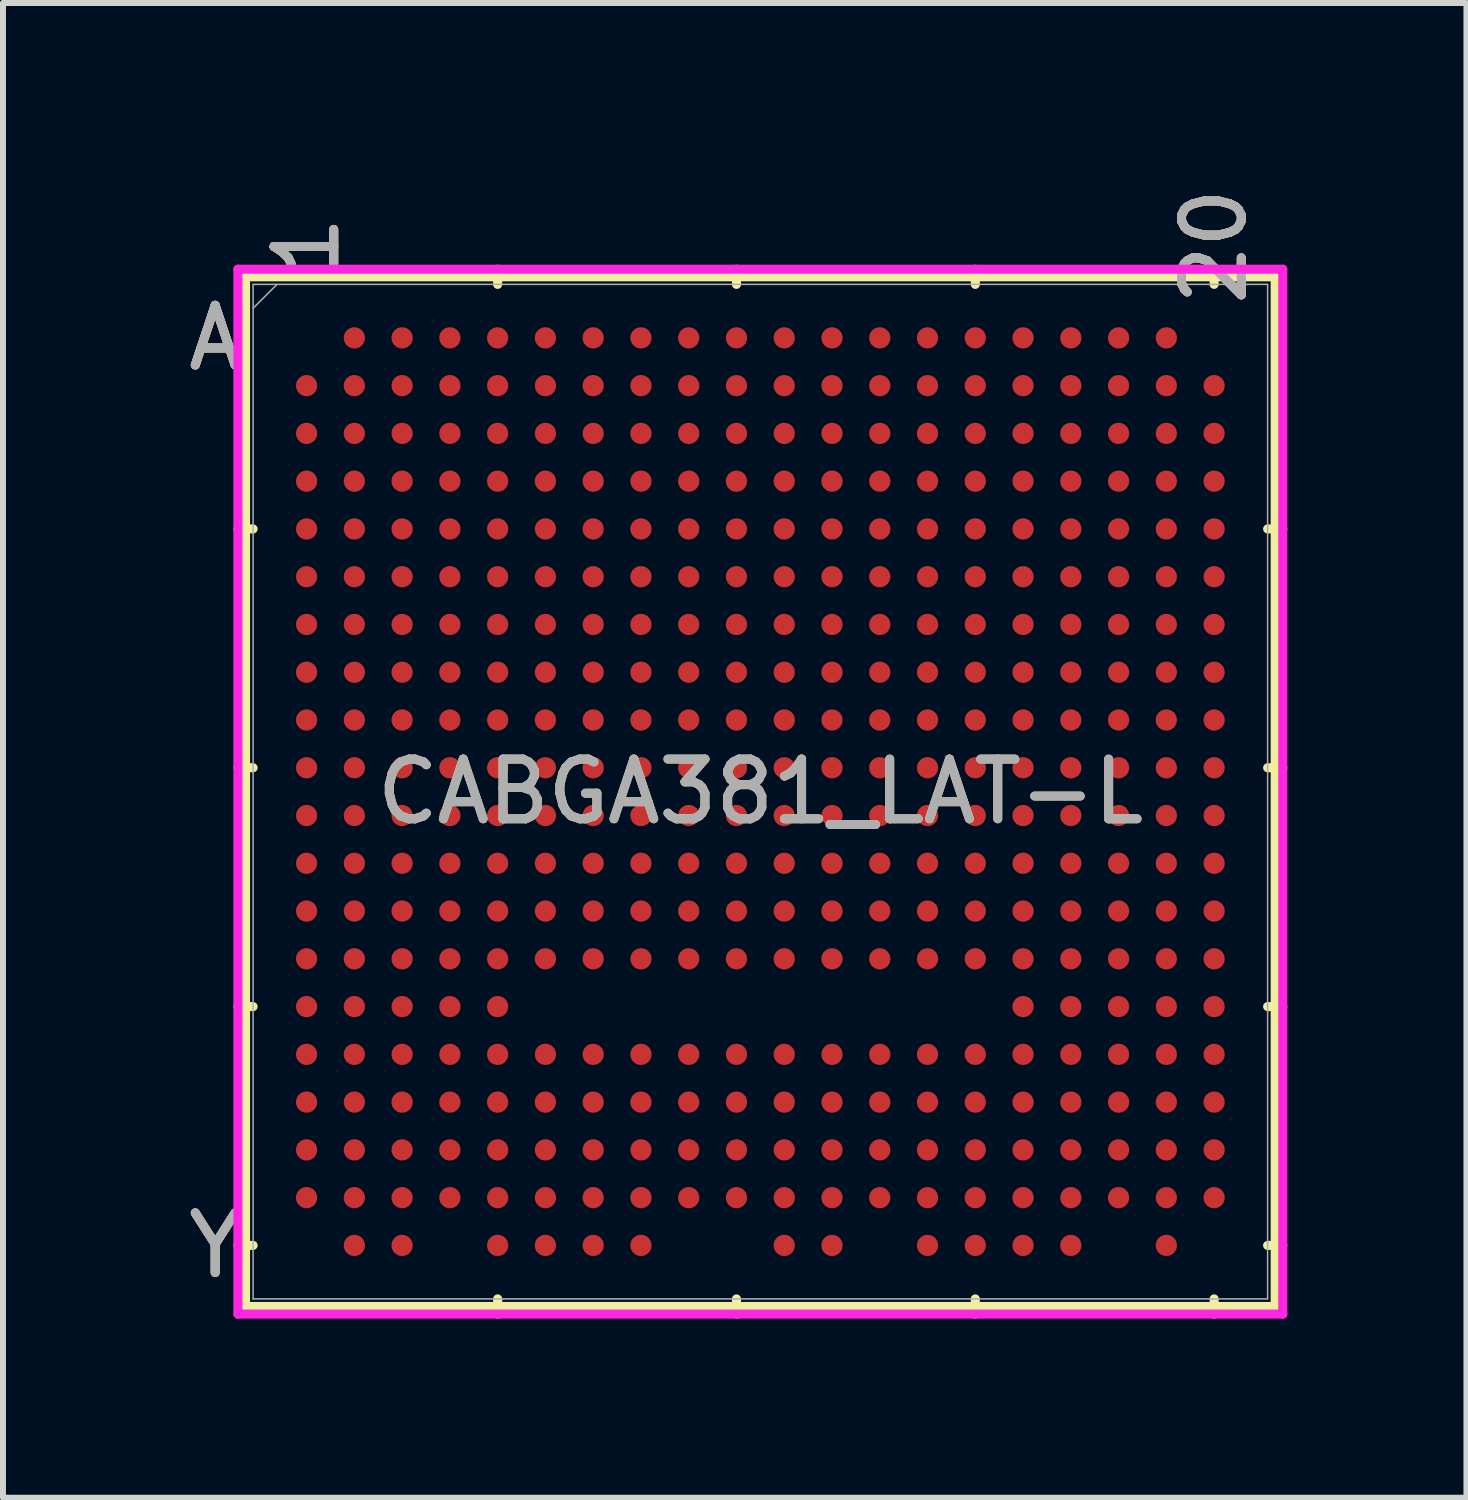
<source format=kicad_pcb>
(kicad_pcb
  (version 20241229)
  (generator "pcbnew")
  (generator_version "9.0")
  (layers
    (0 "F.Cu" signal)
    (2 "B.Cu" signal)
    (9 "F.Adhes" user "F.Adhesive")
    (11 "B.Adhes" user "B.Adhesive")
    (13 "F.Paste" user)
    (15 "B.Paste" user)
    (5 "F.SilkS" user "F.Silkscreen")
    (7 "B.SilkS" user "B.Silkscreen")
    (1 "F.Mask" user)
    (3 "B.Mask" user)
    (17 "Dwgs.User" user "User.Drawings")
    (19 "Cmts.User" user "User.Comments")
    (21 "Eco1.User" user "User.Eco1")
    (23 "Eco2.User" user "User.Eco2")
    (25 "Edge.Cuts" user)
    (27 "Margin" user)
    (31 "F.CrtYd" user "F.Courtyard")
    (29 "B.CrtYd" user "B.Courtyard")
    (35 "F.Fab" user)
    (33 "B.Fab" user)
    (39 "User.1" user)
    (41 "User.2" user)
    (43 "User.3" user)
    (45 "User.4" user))
  (footprint "CABGA381_LAT-L"
    (layer "F.Cu")
    (at 9.685 10.209)
    (property "Reference" "CABGA381_LAT-L" (at 0 0 0) (unlocked yes) (layer "F.SilkS") (effects (font (size 1 1) (thickness 0.15))))
    (attr smd)
    (fp_line (start -8.623 -8.623) (end -8.623 8.623) (stroke (width 0.152) (type solid)) (layer "F.SilkS"))
    (fp_line (start -8.623 8.623) (end 8.623 8.623) (stroke (width 0.152) (type solid)) (layer "F.SilkS"))
    (fp_line (start -8.496 -4.4) (end -8.75 -4.4) (stroke (width 0.152) (type solid)) (layer "F.SilkS"))
    (fp_line (start -8.496 -0.4) (end -8.75 -0.4) (stroke (width 0.152) (type solid)) (layer "F.SilkS"))
    (fp_line (start -8.496 3.6) (end -8.75 3.6) (stroke (width 0.152) (type solid)) (layer "F.SilkS"))
    (fp_line (start -8.496 7.6) (end -8.75 7.6) (stroke (width 0.152) (type solid)) (layer "F.SilkS"))
    (fp_line (start -4.4 -8.496) (end -4.4 -8.75) (stroke (width 0.152) (type solid)) (layer "F.SilkS"))
    (fp_line (start -4.4 8.496) (end -4.4 8.75) (stroke (width 0.152) (type solid)) (layer "F.SilkS"))
    (fp_line (start -0.4 -8.496) (end -0.4 -8.75) (stroke (width 0.152) (type solid)) (layer "F.SilkS"))
    (fp_line (start -0.4 8.496) (end -0.4 8.75) (stroke (width 0.152) (type solid)) (layer "F.SilkS"))
    (fp_line (start 3.6 -8.496) (end 3.6 -8.75) (stroke (width 0.152) (type solid)) (layer "F.SilkS"))
    (fp_line (start 3.6 8.496) (end 3.6 8.75) (stroke (width 0.152) (type solid)) (layer "F.SilkS"))
    (fp_line (start 7.6 -8.496) (end 7.6 -8.75) (stroke (width 0.152) (type solid)) (layer "F.SilkS"))
    (fp_line (start 7.6 8.496) (end 7.6 8.75) (stroke (width 0.152) (type solid)) (layer "F.SilkS"))
    (fp_line (start 8.496 -4.4) (end 8.75 -4.4) (stroke (width 0.152) (type solid)) (layer "F.SilkS"))
    (fp_line (start 8.496 -0.4) (end 8.75 -0.4) (stroke (width 0.152) (type solid)) (layer "F.SilkS"))
    (fp_line (start 8.496 3.6) (end 8.75 3.6) (stroke (width 0.152) (type solid)) (layer "F.SilkS"))
    (fp_line (start 8.496 7.6) (end 8.75 7.6) (stroke (width 0.152) (type solid)) (layer "F.SilkS"))
    (fp_line (start 8.623 -8.623) (end -8.623 -8.623) (stroke (width 0.152) (type solid)) (layer "F.SilkS"))
    (fp_line (start 8.623 8.623) (end 8.623 -8.623) (stroke (width 0.152) (type solid)) (layer "F.SilkS"))
    (fp_poly (pts (xy -8.444 -8.444) (xy 8.444 -8.444) (xy 8.444 8.444) (xy -8.444 8.444)) (stroke (width 0.1) (type solid)) (fill no) (layer "Eco2.User"))
    (fp_line (start -8.75 -8.75) (end 8.75 -8.75) (stroke (width 0.152) (type solid)) (layer "F.CrtYd"))
    (fp_line (start -8.75 8.75) (end -8.75 -8.75) (stroke (width 0.152) (type solid)) (layer "F.CrtYd"))
    (fp_line (start 8.75 -8.75) (end 8.75 8.75) (stroke (width 0.152) (type solid)) (layer "F.CrtYd"))
    (fp_line (start 8.75 8.75) (end -8.75 8.75) (stroke (width 0.152) (type solid)) (layer "F.CrtYd"))
    (fp_line (start -8.496 -8.496) (end -8.496 8.496) (stroke (width 0.025) (type solid)) (layer "F.Fab"))
    (fp_line (start -8.496 8.496) (end 8.496 8.496) (stroke (width 0.025) (type solid)) (layer "F.Fab"))
    (fp_line (start -8.096 -8.496) (end -8.496 -8.096) (stroke (width 0.025) (type solid)) (layer "F.Fab"))
    (fp_line (start 8.496 -8.496) (end -8.496 -8.496) (stroke (width 0.025) (type solid)) (layer "F.Fab"))
    (fp_line (start 8.496 8.496) (end 8.496 -8.496) (stroke (width 0.025) (type solid)) (layer "F.Fab"))
    (fp_text user "A" (at -9.131 -7.6 0) (unlocked yes) (layer "F.SilkS") (effects (font (size 1 1) (thickness 0.15))))
    (fp_text user "20" (at 7.6 -9.131 90) (unlocked yes) (layer "F.SilkS") (effects (font (size 1 1) (thickness 0.15))))
    (fp_text user "1" (at -7.6 -9.131 90) (unlocked yes) (layer "F.SilkS") (effects (font (size 1 1) (thickness 0.15))))
    (fp_text user "Y" (at -9.131 7.6 0) (unlocked yes) (layer "F.SilkS") (effects (font (size 1 1) (thickness 0.15))))
    (fp_text user "A" (at -9.131 -7.6 0) (unlocked yes) (layer "B.SilkS") (effects (font (size 1 1) (thickness 0.15))))
    (fp_text user "20" (at 7.6 -9.131 90) (unlocked yes) (layer "B.SilkS") (effects (font (size 1 1) (thickness 0.15))))
    (fp_text user "1" (at -7.6 -9.131 90) (unlocked yes) (layer "B.SilkS") (effects (font (size 1 1) (thickness 0.15))))
    (fp_text user "Y" (at -9.131 7.6 0) (unlocked yes) (layer "B.SilkS") (effects (font (size 1 1) (thickness 0.15))))
    (fp_text user "20" (at 7.6 -9.131 90) (unlocked yes) (layer "F.Fab") (effects (font (size 1 1) (thickness 0.15))))
    (fp_text user "A" (at -9.131 -7.6 0) (unlocked yes) (layer "F.Fab") (effects (font (size 1 1) (thickness 0.15))))
    (fp_text user "${REFERENCE}" (at 0 0 0) (unlocked yes) (layer "F.Fab") (effects (font (size 1 1) (thickness 0.15))))
    (fp_text user "1" (at -7.6 -9.131 90) (unlocked yes) (layer "F.Fab") (effects (font (size 1 1) (thickness 0.15))))
    (fp_text user "Y" (at -9.131 7.6 0) (unlocked yes) (layer "F.Fab") (effects (font (size 1 1) (thickness 0.15))))
    (pad "A2" smd circle (at -6.8 -7.6) (size 0.356 0.356) (layers "F.Cu" "F.Mask" "F.Paste"))
    (pad "A3" smd circle (at -6 -7.6) (size 0.356 0.356) (layers "F.Cu" "F.Mask" "F.Paste"))
    (pad "A4" smd circle (at -5.2 -7.6) (size 0.356 0.356) (layers "F.Cu" "F.Mask" "F.Paste"))
    (pad "A5" smd circle (at -4.4 -7.6) (size 0.356 0.356) (layers "F.Cu" "F.Mask" "F.Paste"))
    (pad "A6" smd circle (at -3.6 -7.6) (size 0.356 0.356) (layers "F.Cu" "F.Mask" "F.Paste"))
    (pad "A7" smd circle (at -2.8 -7.6) (size 0.356 0.356) (layers "F.Cu" "F.Mask" "F.Paste"))
    (pad "A8" smd circle (at -2 -7.6) (size 0.356 0.356) (layers "F.Cu" "F.Mask" "F.Paste"))
    (pad "A9" smd circle (at -1.2 -7.6) (size 0.356 0.356) (layers "F.Cu" "F.Mask" "F.Paste"))
    (pad "A10" smd circle (at -0.4 -7.6) (size 0.356 0.356) (layers "F.Cu" "F.Mask" "F.Paste"))
    (pad "A11" smd circle (at 0.4 -7.6) (size 0.356 0.356) (layers "F.Cu" "F.Mask" "F.Paste"))
    (pad "A12" smd circle (at 1.2 -7.6) (size 0.356 0.356) (layers "F.Cu" "F.Mask" "F.Paste"))
    (pad "A13" smd circle (at 2 -7.6) (size 0.356 0.356) (layers "F.Cu" "F.Mask" "F.Paste"))
    (pad "A14" smd circle (at 2.8 -7.6) (size 0.356 0.356) (layers "F.Cu" "F.Mask" "F.Paste"))
    (pad "A15" smd circle (at 3.6 -7.6) (size 0.356 0.356) (layers "F.Cu" "F.Mask" "F.Paste"))
    (pad "A16" smd circle (at 4.4 -7.6) (size 0.356 0.356) (layers "F.Cu" "F.Mask" "F.Paste"))
    (pad "A17" smd circle (at 5.2 -7.6) (size 0.356 0.356) (layers "F.Cu" "F.Mask" "F.Paste"))
    (pad "A18" smd circle (at 6 -7.6) (size 0.356 0.356) (layers "F.Cu" "F.Mask" "F.Paste"))
    (pad "A19" smd circle (at 6.8 -7.6) (size 0.356 0.356) (layers "F.Cu" "F.Mask" "F.Paste"))
    (pad "B1" smd circle (at -7.6 -6.8) (size 0.356 0.356) (layers "F.Cu" "F.Mask" "F.Paste"))
    (pad "B2" smd circle (at -6.8 -6.8) (size 0.356 0.356) (layers "F.Cu" "F.Mask" "F.Paste"))
    (pad "B3" smd circle (at -6 -6.8) (size 0.356 0.356) (layers "F.Cu" "F.Mask" "F.Paste"))
    (pad "B4" smd circle (at -5.2 -6.8) (size 0.356 0.356) (layers "F.Cu" "F.Mask" "F.Paste"))
    (pad "B5" smd circle (at -4.4 -6.8) (size 0.356 0.356) (layers "F.Cu" "F.Mask" "F.Paste"))
    (pad "B6" smd circle (at -3.6 -6.8) (size 0.356 0.356) (layers "F.Cu" "F.Mask" "F.Paste"))
    (pad "B7" smd circle (at -2.8 -6.8) (size 0.356 0.356) (layers "F.Cu" "F.Mask" "F.Paste"))
    (pad "B8" smd circle (at -2 -6.8) (size 0.356 0.356) (layers "F.Cu" "F.Mask" "F.Paste"))
    (pad "B9" smd circle (at -1.2 -6.8) (size 0.356 0.356) (layers "F.Cu" "F.Mask" "F.Paste"))
    (pad "B10" smd circle (at -0.4 -6.8) (size 0.356 0.356) (layers "F.Cu" "F.Mask" "F.Paste"))
    (pad "B11" smd circle (at 0.4 -6.8) (size 0.356 0.356) (layers "F.Cu" "F.Mask" "F.Paste"))
    (pad "B12" smd circle (at 1.2 -6.8) (size 0.356 0.356) (layers "F.Cu" "F.Mask" "F.Paste"))
    (pad "B13" smd circle (at 2 -6.8) (size 0.356 0.356) (layers "F.Cu" "F.Mask" "F.Paste"))
    (pad "B14" smd circle (at 2.8 -6.8) (size 0.356 0.356) (layers "F.Cu" "F.Mask" "F.Paste"))
    (pad "B15" smd circle (at 3.6 -6.8) (size 0.356 0.356) (layers "F.Cu" "F.Mask" "F.Paste"))
    (pad "B16" smd circle (at 4.4 -6.8) (size 0.356 0.356) (layers "F.Cu" "F.Mask" "F.Paste"))
    (pad "B17" smd circle (at 5.2 -6.8) (size 0.356 0.356) (layers "F.Cu" "F.Mask" "F.Paste"))
    (pad "B18" smd circle (at 6 -6.8) (size 0.356 0.356) (layers "F.Cu" "F.Mask" "F.Paste"))
    (pad "B19" smd circle (at 6.8 -6.8) (size 0.356 0.356) (layers "F.Cu" "F.Mask" "F.Paste"))
    (pad "B20" smd circle (at 7.6 -6.8) (size 0.356 0.356) (layers "F.Cu" "F.Mask" "F.Paste"))
    (pad "C1" smd circle (at -7.6 -6) (size 0.356 0.356) (layers "F.Cu" "F.Mask" "F.Paste"))
    (pad "C2" smd circle (at -6.8 -6) (size 0.356 0.356) (layers "F.Cu" "F.Mask" "F.Paste"))
    (pad "C3" smd circle (at -6 -6) (size 0.356 0.356) (layers "F.Cu" "F.Mask" "F.Paste"))
    (pad "C4" smd circle (at -5.2 -6) (size 0.356 0.356) (layers "F.Cu" "F.Mask" "F.Paste"))
    (pad "C5" smd circle (at -4.4 -6) (size 0.356 0.356) (layers "F.Cu" "F.Mask" "F.Paste"))
    (pad "C6" smd circle (at -3.6 -6) (size 0.356 0.356) (layers "F.Cu" "F.Mask" "F.Paste"))
    (pad "C7" smd circle (at -2.8 -6) (size 0.356 0.356) (layers "F.Cu" "F.Mask" "F.Paste"))
    (pad "C8" smd circle (at -2 -6) (size 0.356 0.356) (layers "F.Cu" "F.Mask" "F.Paste"))
    (pad "C9" smd circle (at -1.2 -6) (size 0.356 0.356) (layers "F.Cu" "F.Mask" "F.Paste"))
    (pad "C10" smd circle (at -0.4 -6) (size 0.356 0.356) (layers "F.Cu" "F.Mask" "F.Paste"))
    (pad "C11" smd circle (at 0.4 -6) (size 0.356 0.356) (layers "F.Cu" "F.Mask" "F.Paste"))
    (pad "C12" smd circle (at 1.2 -6) (size 0.356 0.356) (layers "F.Cu" "F.Mask" "F.Paste"))
    (pad "C13" smd circle (at 2 -6) (size 0.356 0.356) (layers "F.Cu" "F.Mask" "F.Paste"))
    (pad "C14" smd circle (at 2.8 -6) (size 0.356 0.356) (layers "F.Cu" "F.Mask" "F.Paste"))
    (pad "C15" smd circle (at 3.6 -6) (size 0.356 0.356) (layers "F.Cu" "F.Mask" "F.Paste"))
    (pad "C16" smd circle (at 4.4 -6) (size 0.356 0.356) (layers "F.Cu" "F.Mask" "F.Paste"))
    (pad "C17" smd circle (at 5.2 -6) (size 0.356 0.356) (layers "F.Cu" "F.Mask" "F.Paste"))
    (pad "C18" smd circle (at 6 -6) (size 0.356 0.356) (layers "F.Cu" "F.Mask" "F.Paste"))
    (pad "C19" smd circle (at 6.8 -6) (size 0.356 0.356) (layers "F.Cu" "F.Mask" "F.Paste"))
    (pad "C20" smd circle (at 7.6 -6) (size 0.356 0.356) (layers "F.Cu" "F.Mask" "F.Paste"))
    (pad "D1" smd circle (at -7.6 -5.2) (size 0.356 0.356) (layers "F.Cu" "F.Mask" "F.Paste"))
    (pad "D2" smd circle (at -6.8 -5.2) (size 0.356 0.356) (layers "F.Cu" "F.Mask" "F.Paste"))
    (pad "D3" smd circle (at -6 -5.2) (size 0.356 0.356) (layers "F.Cu" "F.Mask" "F.Paste"))
    (pad "D4" smd circle (at -5.2 -5.2) (size 0.356 0.356) (layers "F.Cu" "F.Mask" "F.Paste"))
    (pad "D5" smd circle (at -4.4 -5.2) (size 0.356 0.356) (layers "F.Cu" "F.Mask" "F.Paste"))
    (pad "D6" smd circle (at -3.6 -5.2) (size 0.356 0.356) (layers "F.Cu" "F.Mask" "F.Paste"))
    (pad "D7" smd circle (at -2.8 -5.2) (size 0.356 0.356) (layers "F.Cu" "F.Mask" "F.Paste"))
    (pad "D8" smd circle (at -2 -5.2) (size 0.356 0.356) (layers "F.Cu" "F.Mask" "F.Paste"))
    (pad "D9" smd circle (at -1.2 -5.2) (size 0.356 0.356) (layers "F.Cu" "F.Mask" "F.Paste"))
    (pad "D10" smd circle (at -0.4 -5.2) (size 0.356 0.356) (layers "F.Cu" "F.Mask" "F.Paste"))
    (pad "D11" smd circle (at 0.4 -5.2) (size 0.356 0.356) (layers "F.Cu" "F.Mask" "F.Paste"))
    (pad "D12" smd circle (at 1.2 -5.2) (size 0.356 0.356) (layers "F.Cu" "F.Mask" "F.Paste"))
    (pad "D13" smd circle (at 2 -5.2) (size 0.356 0.356) (layers "F.Cu" "F.Mask" "F.Paste"))
    (pad "D14" smd circle (at 2.8 -5.2) (size 0.356 0.356) (layers "F.Cu" "F.Mask" "F.Paste"))
    (pad "D15" smd circle (at 3.6 -5.2) (size 0.356 0.356) (layers "F.Cu" "F.Mask" "F.Paste"))
    (pad "D16" smd circle (at 4.4 -5.2) (size 0.356 0.356) (layers "F.Cu" "F.Mask" "F.Paste"))
    (pad "D17" smd circle (at 5.2 -5.2) (size 0.356 0.356) (layers "F.Cu" "F.Mask" "F.Paste"))
    (pad "D18" smd circle (at 6 -5.2) (size 0.356 0.356) (layers "F.Cu" "F.Mask" "F.Paste"))
    (pad "D19" smd circle (at 6.8 -5.2) (size 0.356 0.356) (layers "F.Cu" "F.Mask" "F.Paste"))
    (pad "D20" smd circle (at 7.6 -5.2) (size 0.356 0.356) (layers "F.Cu" "F.Mask" "F.Paste"))
    (pad "E1" smd circle (at -7.6 -4.4) (size 0.356 0.356) (layers "F.Cu" "F.Mask" "F.Paste"))
    (pad "E2" smd circle (at -6.8 -4.4) (size 0.356 0.356) (layers "F.Cu" "F.Mask" "F.Paste"))
    (pad "E3" smd circle (at -6 -4.4) (size 0.356 0.356) (layers "F.Cu" "F.Mask" "F.Paste"))
    (pad "E4" smd circle (at -5.2 -4.4) (size 0.356 0.356) (layers "F.Cu" "F.Mask" "F.Paste"))
    (pad "E5" smd circle (at -4.4 -4.4) (size 0.356 0.356) (layers "F.Cu" "F.Mask" "F.Paste"))
    (pad "E6" smd circle (at -3.6 -4.4) (size 0.356 0.356) (layers "F.Cu" "F.Mask" "F.Paste"))
    (pad "E7" smd circle (at -2.8 -4.4) (size 0.356 0.356) (layers "F.Cu" "F.Mask" "F.Paste"))
    (pad "E8" smd circle (at -2 -4.4) (size 0.356 0.356) (layers "F.Cu" "F.Mask" "F.Paste"))
    (pad "E9" smd circle (at -1.2 -4.4) (size 0.356 0.356) (layers "F.Cu" "F.Mask" "F.Paste"))
    (pad "E10" smd circle (at -0.4 -4.4) (size 0.356 0.356) (layers "F.Cu" "F.Mask" "F.Paste"))
    (pad "E11" smd circle (at 0.4 -4.4) (size 0.356 0.356) (layers "F.Cu" "F.Mask" "F.Paste"))
    (pad "E12" smd circle (at 1.2 -4.4) (size 0.356 0.356) (layers "F.Cu" "F.Mask" "F.Paste"))
    (pad "E13" smd circle (at 2 -4.4) (size 0.356 0.356) (layers "F.Cu" "F.Mask" "F.Paste"))
    (pad "E14" smd circle (at 2.8 -4.4) (size 0.356 0.356) (layers "F.Cu" "F.Mask" "F.Paste"))
    (pad "E15" smd circle (at 3.6 -4.4) (size 0.356 0.356) (layers "F.Cu" "F.Mask" "F.Paste"))
    (pad "E16" smd circle (at 4.4 -4.4) (size 0.356 0.356) (layers "F.Cu" "F.Mask" "F.Paste"))
    (pad "E17" smd circle (at 5.2 -4.4) (size 0.356 0.356) (layers "F.Cu" "F.Mask" "F.Paste"))
    (pad "E18" smd circle (at 6 -4.4) (size 0.356 0.356) (layers "F.Cu" "F.Mask" "F.Paste"))
    (pad "E19" smd circle (at 6.8 -4.4) (size 0.356 0.356) (layers "F.Cu" "F.Mask" "F.Paste"))
    (pad "E20" smd circle (at 7.6 -4.4) (size 0.356 0.356) (layers "F.Cu" "F.Mask" "F.Paste"))
    (pad "F1" smd circle (at -7.6 -3.6) (size 0.356 0.356) (layers "F.Cu" "F.Mask" "F.Paste"))
    (pad "F2" smd circle (at -6.8 -3.6) (size 0.356 0.356) (layers "F.Cu" "F.Mask" "F.Paste"))
    (pad "F3" smd circle (at -6 -3.6) (size 0.356 0.356) (layers "F.Cu" "F.Mask" "F.Paste"))
    (pad "F4" smd circle (at -5.2 -3.6) (size 0.356 0.356) (layers "F.Cu" "F.Mask" "F.Paste"))
    (pad "F5" smd circle (at -4.4 -3.6) (size 0.356 0.356) (layers "F.Cu" "F.Mask" "F.Paste"))
    (pad "F6" smd circle (at -3.6 -3.6) (size 0.356 0.356) (layers "F.Cu" "F.Mask" "F.Paste"))
    (pad "F7" smd circle (at -2.8 -3.6) (size 0.356 0.356) (layers "F.Cu" "F.Mask" "F.Paste"))
    (pad "F8" smd circle (at -2 -3.6) (size 0.356 0.356) (layers "F.Cu" "F.Mask" "F.Paste"))
    (pad "F9" smd circle (at -1.2 -3.6) (size 0.356 0.356) (layers "F.Cu" "F.Mask" "F.Paste"))
    (pad "F10" smd circle (at -0.4 -3.6) (size 0.356 0.356) (layers "F.Cu" "F.Mask" "F.Paste"))
    (pad "F11" smd circle (at 0.4 -3.6) (size 0.356 0.356) (layers "F.Cu" "F.Mask" "F.Paste"))
    (pad "F12" smd circle (at 1.2 -3.6) (size 0.356 0.356) (layers "F.Cu" "F.Mask" "F.Paste"))
    (pad "F13" smd circle (at 2 -3.6) (size 0.356 0.356) (layers "F.Cu" "F.Mask" "F.Paste"))
    (pad "F14" smd circle (at 2.8 -3.6) (size 0.356 0.356) (layers "F.Cu" "F.Mask" "F.Paste"))
    (pad "F15" smd circle (at 3.6 -3.6) (size 0.356 0.356) (layers "F.Cu" "F.Mask" "F.Paste"))
    (pad "F16" smd circle (at 4.4 -3.6) (size 0.356 0.356) (layers "F.Cu" "F.Mask" "F.Paste"))
    (pad "F17" smd circle (at 5.2 -3.6) (size 0.356 0.356) (layers "F.Cu" "F.Mask" "F.Paste"))
    (pad "F18" smd circle (at 6 -3.6) (size 0.356 0.356) (layers "F.Cu" "F.Mask" "F.Paste"))
    (pad "F19" smd circle (at 6.8 -3.6) (size 0.356 0.356) (layers "F.Cu" "F.Mask" "F.Paste"))
    (pad "F20" smd circle (at 7.6 -3.6) (size 0.356 0.356) (layers "F.Cu" "F.Mask" "F.Paste"))
    (pad "G1" smd circle (at -7.6 -2.8) (size 0.356 0.356) (layers "F.Cu" "F.Mask" "F.Paste"))
    (pad "G2" smd circle (at -6.8 -2.8) (size 0.356 0.356) (layers "F.Cu" "F.Mask" "F.Paste"))
    (pad "G3" smd circle (at -6 -2.8) (size 0.356 0.356) (layers "F.Cu" "F.Mask" "F.Paste"))
    (pad "G4" smd circle (at -5.2 -2.8) (size 0.356 0.356) (layers "F.Cu" "F.Mask" "F.Paste"))
    (pad "G5" smd circle (at -4.4 -2.8) (size 0.356 0.356) (layers "F.Cu" "F.Mask" "F.Paste"))
    (pad "G6" smd circle (at -3.6 -2.8) (size 0.356 0.356) (layers "F.Cu" "F.Mask" "F.Paste"))
    (pad "G7" smd circle (at -2.8 -2.8) (size 0.356 0.356) (layers "F.Cu" "F.Mask" "F.Paste"))
    (pad "G8" smd circle (at -2 -2.8) (size 0.356 0.356) (layers "F.Cu" "F.Mask" "F.Paste"))
    (pad "G9" smd circle (at -1.2 -2.8) (size 0.356 0.356) (layers "F.Cu" "F.Mask" "F.Paste"))
    (pad "G10" smd circle (at -0.4 -2.8) (size 0.356 0.356) (layers "F.Cu" "F.Mask" "F.Paste"))
    (pad "G11" smd circle (at 0.4 -2.8) (size 0.356 0.356) (layers "F.Cu" "F.Mask" "F.Paste"))
    (pad "G12" smd circle (at 1.2 -2.8) (size 0.356 0.356) (layers "F.Cu" "F.Mask" "F.Paste"))
    (pad "G13" smd circle (at 2 -2.8) (size 0.356 0.356) (layers "F.Cu" "F.Mask" "F.Paste"))
    (pad "G14" smd circle (at 2.8 -2.8) (size 0.356 0.356) (layers "F.Cu" "F.Mask" "F.Paste"))
    (pad "G15" smd circle (at 3.6 -2.8) (size 0.356 0.356) (layers "F.Cu" "F.Mask" "F.Paste"))
    (pad "G16" smd circle (at 4.4 -2.8) (size 0.356 0.356) (layers "F.Cu" "F.Mask" "F.Paste"))
    (pad "G17" smd circle (at 5.2 -2.8) (size 0.356 0.356) (layers "F.Cu" "F.Mask" "F.Paste"))
    (pad "G18" smd circle (at 6 -2.8) (size 0.356 0.356) (layers "F.Cu" "F.Mask" "F.Paste"))
    (pad "G19" smd circle (at 6.8 -2.8) (size 0.356 0.356) (layers "F.Cu" "F.Mask" "F.Paste"))
    (pad "G20" smd circle (at 7.6 -2.8) (size 0.356 0.356) (layers "F.Cu" "F.Mask" "F.Paste"))
    (pad "H1" smd circle (at -7.6 -2) (size 0.356 0.356) (layers "F.Cu" "F.Mask" "F.Paste"))
    (pad "H2" smd circle (at -6.8 -2) (size 0.356 0.356) (layers "F.Cu" "F.Mask" "F.Paste"))
    (pad "H3" smd circle (at -6 -2) (size 0.356 0.356) (layers "F.Cu" "F.Mask" "F.Paste"))
    (pad "H4" smd circle (at -5.2 -2) (size 0.356 0.356) (layers "F.Cu" "F.Mask" "F.Paste"))
    (pad "H5" smd circle (at -4.4 -2) (size 0.356 0.356) (layers "F.Cu" "F.Mask" "F.Paste"))
    (pad "H6" smd circle (at -3.6 -2) (size 0.356 0.356) (layers "F.Cu" "F.Mask" "F.Paste"))
    (pad "H7" smd circle (at -2.8 -2) (size 0.356 0.356) (layers "F.Cu" "F.Mask" "F.Paste"))
    (pad "H8" smd circle (at -2 -2) (size 0.356 0.356) (layers "F.Cu" "F.Mask" "F.Paste"))
    (pad "H9" smd circle (at -1.2 -2) (size 0.356 0.356) (layers "F.Cu" "F.Mask" "F.Paste"))
    (pad "H10" smd circle (at -0.4 -2) (size 0.356 0.356) (layers "F.Cu" "F.Mask" "F.Paste"))
    (pad "H11" smd circle (at 0.4 -2) (size 0.356 0.356) (layers "F.Cu" "F.Mask" "F.Paste"))
    (pad "H12" smd circle (at 1.2 -2) (size 0.356 0.356) (layers "F.Cu" "F.Mask" "F.Paste"))
    (pad "H13" smd circle (at 2 -2) (size 0.356 0.356) (layers "F.Cu" "F.Mask" "F.Paste"))
    (pad "H14" smd circle (at 2.8 -2) (size 0.356 0.356) (layers "F.Cu" "F.Mask" "F.Paste"))
    (pad "H15" smd circle (at 3.6 -2) (size 0.356 0.356) (layers "F.Cu" "F.Mask" "F.Paste"))
    (pad "H16" smd circle (at 4.4 -2) (size 0.356 0.356) (layers "F.Cu" "F.Mask" "F.Paste"))
    (pad "H17" smd circle (at 5.2 -2) (size 0.356 0.356) (layers "F.Cu" "F.Mask" "F.Paste"))
    (pad "H18" smd circle (at 6 -2) (size 0.356 0.356) (layers "F.Cu" "F.Mask" "F.Paste"))
    (pad "H19" smd circle (at 6.8 -2) (size 0.356 0.356) (layers "F.Cu" "F.Mask" "F.Paste"))
    (pad "H20" smd circle (at 7.6 -2) (size 0.356 0.356) (layers "F.Cu" "F.Mask" "F.Paste"))
    (pad "J1" smd circle (at -7.6 -1.2) (size 0.356 0.356) (layers "F.Cu" "F.Mask" "F.Paste"))
    (pad "J2" smd circle (at -6.8 -1.2) (size 0.356 0.356) (layers "F.Cu" "F.Mask" "F.Paste"))
    (pad "J3" smd circle (at -6 -1.2) (size 0.356 0.356) (layers "F.Cu" "F.Mask" "F.Paste"))
    (pad "J4" smd circle (at -5.2 -1.2) (size 0.356 0.356) (layers "F.Cu" "F.Mask" "F.Paste"))
    (pad "J5" smd circle (at -4.4 -1.2) (size 0.356 0.356) (layers "F.Cu" "F.Mask" "F.Paste"))
    (pad "J6" smd circle (at -3.6 -1.2) (size 0.356 0.356) (layers "F.Cu" "F.Mask" "F.Paste"))
    (pad "J7" smd circle (at -2.8 -1.2) (size 0.356 0.356) (layers "F.Cu" "F.Mask" "F.Paste"))
    (pad "J8" smd circle (at -2 -1.2) (size 0.356 0.356) (layers "F.Cu" "F.Mask" "F.Paste"))
    (pad "J9" smd circle (at -1.2 -1.2) (size 0.356 0.356) (layers "F.Cu" "F.Mask" "F.Paste"))
    (pad "J10" smd circle (at -0.4 -1.2) (size 0.356 0.356) (layers "F.Cu" "F.Mask" "F.Paste"))
    (pad "J11" smd circle (at 0.4 -1.2) (size 0.356 0.356) (layers "F.Cu" "F.Mask" "F.Paste"))
    (pad "J12" smd circle (at 1.2 -1.2) (size 0.356 0.356) (layers "F.Cu" "F.Mask" "F.Paste"))
    (pad "J13" smd circle (at 2 -1.2) (size 0.356 0.356) (layers "F.Cu" "F.Mask" "F.Paste"))
    (pad "J14" smd circle (at 2.8 -1.2) (size 0.356 0.356) (layers "F.Cu" "F.Mask" "F.Paste"))
    (pad "J15" smd circle (at 3.6 -1.2) (size 0.356 0.356) (layers "F.Cu" "F.Mask" "F.Paste"))
    (pad "J16" smd circle (at 4.4 -1.2) (size 0.356 0.356) (layers "F.Cu" "F.Mask" "F.Paste"))
    (pad "J17" smd circle (at 5.2 -1.2) (size 0.356 0.356) (layers "F.Cu" "F.Mask" "F.Paste"))
    (pad "J18" smd circle (at 6 -1.2) (size 0.356 0.356) (layers "F.Cu" "F.Mask" "F.Paste"))
    (pad "J19" smd circle (at 6.8 -1.2) (size 0.356 0.356) (layers "F.Cu" "F.Mask" "F.Paste"))
    (pad "J20" smd circle (at 7.6 -1.2) (size 0.356 0.356) (layers "F.Cu" "F.Mask" "F.Paste"))
    (pad "K1" smd circle (at -7.6 -0.4) (size 0.356 0.356) (layers "F.Cu" "F.Mask" "F.Paste"))
    (pad "K2" smd circle (at -6.8 -0.4) (size 0.356 0.356) (layers "F.Cu" "F.Mask" "F.Paste"))
    (pad "K3" smd circle (at -6 -0.4) (size 0.356 0.356) (layers "F.Cu" "F.Mask" "F.Paste"))
    (pad "K4" smd circle (at -5.2 -0.4) (size 0.356 0.356) (layers "F.Cu" "F.Mask" "F.Paste"))
    (pad "K5" smd circle (at -4.4 -0.4) (size 0.356 0.356) (layers "F.Cu" "F.Mask" "F.Paste"))
    (pad "K6" smd circle (at -3.6 -0.4) (size 0.356 0.356) (layers "F.Cu" "F.Mask" "F.Paste"))
    (pad "K7" smd circle (at -2.8 -0.4) (size 0.356 0.356) (layers "F.Cu" "F.Mask" "F.Paste"))
    (pad "K8" smd circle (at -2 -0.4) (size 0.356 0.356) (layers "F.Cu" "F.Mask" "F.Paste"))
    (pad "K9" smd circle (at -1.2 -0.4) (size 0.356 0.356) (layers "F.Cu" "F.Mask" "F.Paste"))
    (pad "K10" smd circle (at -0.4 -0.4) (size 0.356 0.356) (layers "F.Cu" "F.Mask" "F.Paste"))
    (pad "K11" smd circle (at 0.4 -0.4) (size 0.356 0.356) (layers "F.Cu" "F.Mask" "F.Paste"))
    (pad "K12" smd circle (at 1.2 -0.4) (size 0.356 0.356) (layers "F.Cu" "F.Mask" "F.Paste"))
    (pad "K13" smd circle (at 2 -0.4) (size 0.356 0.356) (layers "F.Cu" "F.Mask" "F.Paste"))
    (pad "K14" smd circle (at 2.8 -0.4) (size 0.356 0.356) (layers "F.Cu" "F.Mask" "F.Paste"))
    (pad "K15" smd circle (at 3.6 -0.4) (size 0.356 0.356) (layers "F.Cu" "F.Mask" "F.Paste"))
    (pad "K16" smd circle (at 4.4 -0.4) (size 0.356 0.356) (layers "F.Cu" "F.Mask" "F.Paste"))
    (pad "K17" smd circle (at 5.2 -0.4) (size 0.356 0.356) (layers "F.Cu" "F.Mask" "F.Paste"))
    (pad "K18" smd circle (at 6 -0.4) (size 0.356 0.356) (layers "F.Cu" "F.Mask" "F.Paste"))
    (pad "K19" smd circle (at 6.8 -0.4) (size 0.356 0.356) (layers "F.Cu" "F.Mask" "F.Paste"))
    (pad "K20" smd circle (at 7.6 -0.4) (size 0.356 0.356) (layers "F.Cu" "F.Mask" "F.Paste"))
    (pad "L1" smd circle (at -7.6 0.4) (size 0.356 0.356) (layers "F.Cu" "F.Mask" "F.Paste"))
    (pad "L2" smd circle (at -6.8 0.4) (size 0.356 0.356) (layers "F.Cu" "F.Mask" "F.Paste"))
    (pad "L3" smd circle (at -6 0.4) (size 0.356 0.356) (layers "F.Cu" "F.Mask" "F.Paste"))
    (pad "L4" smd circle (at -5.2 0.4) (size 0.356 0.356) (layers "F.Cu" "F.Mask" "F.Paste"))
    (pad "L5" smd circle (at -4.4 0.4) (size 0.356 0.356) (layers "F.Cu" "F.Mask" "F.Paste"))
    (pad "L6" smd circle (at -3.6 0.4) (size 0.356 0.356) (layers "F.Cu" "F.Mask" "F.Paste"))
    (pad "L7" smd circle (at -2.8 0.4) (size 0.356 0.356) (layers "F.Cu" "F.Mask" "F.Paste"))
    (pad "L8" smd circle (at -2 0.4) (size 0.356 0.356) (layers "F.Cu" "F.Mask" "F.Paste"))
    (pad "L9" smd circle (at -1.2 0.4) (size 0.356 0.356) (layers "F.Cu" "F.Mask" "F.Paste"))
    (pad "L10" smd circle (at -0.4 0.4) (size 0.356 0.356) (layers "F.Cu" "F.Mask" "F.Paste"))
    (pad "L11" smd circle (at 0.4 0.4) (size 0.356 0.356) (layers "F.Cu" "F.Mask" "F.Paste"))
    (pad "L12" smd circle (at 1.2 0.4) (size 0.356 0.356) (layers "F.Cu" "F.Mask" "F.Paste"))
    (pad "L13" smd circle (at 2 0.4) (size 0.356 0.356) (layers "F.Cu" "F.Mask" "F.Paste"))
    (pad "L14" smd circle (at 2.8 0.4) (size 0.356 0.356) (layers "F.Cu" "F.Mask" "F.Paste"))
    (pad "L15" smd circle (at 3.6 0.4) (size 0.356 0.356) (layers "F.Cu" "F.Mask" "F.Paste"))
    (pad "L16" smd circle (at 4.4 0.4) (size 0.356 0.356) (layers "F.Cu" "F.Mask" "F.Paste"))
    (pad "L17" smd circle (at 5.2 0.4) (size 0.356 0.356) (layers "F.Cu" "F.Mask" "F.Paste"))
    (pad "L18" smd circle (at 6 0.4) (size 0.356 0.356) (layers "F.Cu" "F.Mask" "F.Paste"))
    (pad "L19" smd circle (at 6.8 0.4) (size 0.356 0.356) (layers "F.Cu" "F.Mask" "F.Paste"))
    (pad "L20" smd circle (at 7.6 0.4) (size 0.356 0.356) (layers "F.Cu" "F.Mask" "F.Paste"))
    (pad "M1" smd circle (at -7.6 1.2) (size 0.356 0.356) (layers "F.Cu" "F.Mask" "F.Paste"))
    (pad "M2" smd circle (at -6.8 1.2) (size 0.356 0.356) (layers "F.Cu" "F.Mask" "F.Paste"))
    (pad "M3" smd circle (at -6 1.2) (size 0.356 0.356) (layers "F.Cu" "F.Mask" "F.Paste"))
    (pad "M4" smd circle (at -5.2 1.2) (size 0.356 0.356) (layers "F.Cu" "F.Mask" "F.Paste"))
    (pad "M5" smd circle (at -4.4 1.2) (size 0.356 0.356) (layers "F.Cu" "F.Mask" "F.Paste"))
    (pad "M6" smd circle (at -3.6 1.2) (size 0.356 0.356) (layers "F.Cu" "F.Mask" "F.Paste"))
    (pad "M7" smd circle (at -2.8 1.2) (size 0.356 0.356) (layers "F.Cu" "F.Mask" "F.Paste"))
    (pad "M8" smd circle (at -2 1.2) (size 0.356 0.356) (layers "F.Cu" "F.Mask" "F.Paste"))
    (pad "M9" smd circle (at -1.2 1.2) (size 0.356 0.356) (layers "F.Cu" "F.Mask" "F.Paste"))
    (pad "M10" smd circle (at -0.4 1.2) (size 0.356 0.356) (layers "F.Cu" "F.Mask" "F.Paste"))
    (pad "M11" smd circle (at 0.4 1.2) (size 0.356 0.356) (layers "F.Cu" "F.Mask" "F.Paste"))
    (pad "M12" smd circle (at 1.2 1.2) (size 0.356 0.356) (layers "F.Cu" "F.Mask" "F.Paste"))
    (pad "M13" smd circle (at 2 1.2) (size 0.356 0.356) (layers "F.Cu" "F.Mask" "F.Paste"))
    (pad "M14" smd circle (at 2.8 1.2) (size 0.356 0.356) (layers "F.Cu" "F.Mask" "F.Paste"))
    (pad "M15" smd circle (at 3.6 1.2) (size 0.356 0.356) (layers "F.Cu" "F.Mask" "F.Paste"))
    (pad "M16" smd circle (at 4.4 1.2) (size 0.356 0.356) (layers "F.Cu" "F.Mask" "F.Paste"))
    (pad "M17" smd circle (at 5.2 1.2) (size 0.356 0.356) (layers "F.Cu" "F.Mask" "F.Paste"))
    (pad "M18" smd circle (at 6 1.2) (size 0.356 0.356) (layers "F.Cu" "F.Mask" "F.Paste"))
    (pad "M19" smd circle (at 6.8 1.2) (size 0.356 0.356) (layers "F.Cu" "F.Mask" "F.Paste"))
    (pad "M20" smd circle (at 7.6 1.2) (size 0.356 0.356) (layers "F.Cu" "F.Mask" "F.Paste"))
    (pad "N1" smd circle (at -7.6 2) (size 0.356 0.356) (layers "F.Cu" "F.Mask" "F.Paste"))
    (pad "N2" smd circle (at -6.8 2) (size 0.356 0.356) (layers "F.Cu" "F.Mask" "F.Paste"))
    (pad "N3" smd circle (at -6 2) (size 0.356 0.356) (layers "F.Cu" "F.Mask" "F.Paste"))
    (pad "N4" smd circle (at -5.2 2) (size 0.356 0.356) (layers "F.Cu" "F.Mask" "F.Paste"))
    (pad "N5" smd circle (at -4.4 2) (size 0.356 0.356) (layers "F.Cu" "F.Mask" "F.Paste"))
    (pad "N6" smd circle (at -3.6 2) (size 0.356 0.356) (layers "F.Cu" "F.Mask" "F.Paste"))
    (pad "N7" smd circle (at -2.8 2) (size 0.356 0.356) (layers "F.Cu" "F.Mask" "F.Paste"))
    (pad "N8" smd circle (at -2 2) (size 0.356 0.356) (layers "F.Cu" "F.Mask" "F.Paste"))
    (pad "N9" smd circle (at -1.2 2) (size 0.356 0.356) (layers "F.Cu" "F.Mask" "F.Paste"))
    (pad "N10" smd circle (at -0.4 2) (size 0.356 0.356) (layers "F.Cu" "F.Mask" "F.Paste"))
    (pad "N11" smd circle (at 0.4 2) (size 0.356 0.356) (layers "F.Cu" "F.Mask" "F.Paste"))
    (pad "N12" smd circle (at 1.2 2) (size 0.356 0.356) (layers "F.Cu" "F.Mask" "F.Paste"))
    (pad "N13" smd circle (at 2 2) (size 0.356 0.356) (layers "F.Cu" "F.Mask" "F.Paste"))
    (pad "N14" smd circle (at 2.8 2) (size 0.356 0.356) (layers "F.Cu" "F.Mask" "F.Paste"))
    (pad "N15" smd circle (at 3.6 2) (size 0.356 0.356) (layers "F.Cu" "F.Mask" "F.Paste"))
    (pad "N16" smd circle (at 4.4 2) (size 0.356 0.356) (layers "F.Cu" "F.Mask" "F.Paste"))
    (pad "N17" smd circle (at 5.2 2) (size 0.356 0.356) (layers "F.Cu" "F.Mask" "F.Paste"))
    (pad "N18" smd circle (at 6 2) (size 0.356 0.356) (layers "F.Cu" "F.Mask" "F.Paste"))
    (pad "N19" smd circle (at 6.8 2) (size 0.356 0.356) (layers "F.Cu" "F.Mask" "F.Paste"))
    (pad "N20" smd circle (at 7.6 2) (size 0.356 0.356) (layers "F.Cu" "F.Mask" "F.Paste"))
    (pad "P1" smd circle (at -7.6 2.8) (size 0.356 0.356) (layers "F.Cu" "F.Mask" "F.Paste"))
    (pad "P2" smd circle (at -6.8 2.8) (size 0.356 0.356) (layers "F.Cu" "F.Mask" "F.Paste"))
    (pad "P3" smd circle (at -6 2.8) (size 0.356 0.356) (layers "F.Cu" "F.Mask" "F.Paste"))
    (pad "P4" smd circle (at -5.2 2.8) (size 0.356 0.356) (layers "F.Cu" "F.Mask" "F.Paste"))
    (pad "P5" smd circle (at -4.4 2.8) (size 0.356 0.356) (layers "F.Cu" "F.Mask" "F.Paste"))
    (pad "P6" smd circle (at -3.6 2.8) (size 0.356 0.356) (layers "F.Cu" "F.Mask" "F.Paste"))
    (pad "P7" smd circle (at -2.8 2.8) (size 0.356 0.356) (layers "F.Cu" "F.Mask" "F.Paste"))
    (pad "P8" smd circle (at -2 2.8) (size 0.356 0.356) (layers "F.Cu" "F.Mask" "F.Paste"))
    (pad "P9" smd circle (at -1.2 2.8) (size 0.356 0.356) (layers "F.Cu" "F.Mask" "F.Paste"))
    (pad "P10" smd circle (at -0.4 2.8) (size 0.356 0.356) (layers "F.Cu" "F.Mask" "F.Paste"))
    (pad "P11" smd circle (at 0.4 2.8) (size 0.356 0.356) (layers "F.Cu" "F.Mask" "F.Paste"))
    (pad "P12" smd circle (at 1.2 2.8) (size 0.356 0.356) (layers "F.Cu" "F.Mask" "F.Paste"))
    (pad "P13" smd circle (at 2 2.8) (size 0.356 0.356) (layers "F.Cu" "F.Mask" "F.Paste"))
    (pad "P14" smd circle (at 2.8 2.8) (size 0.356 0.356) (layers "F.Cu" "F.Mask" "F.Paste"))
    (pad "P15" smd circle (at 3.6 2.8) (size 0.356 0.356) (layers "F.Cu" "F.Mask" "F.Paste"))
    (pad "P16" smd circle (at 4.4 2.8) (size 0.356 0.356) (layers "F.Cu" "F.Mask" "F.Paste"))
    (pad "P17" smd circle (at 5.2 2.8) (size 0.356 0.356) (layers "F.Cu" "F.Mask" "F.Paste"))
    (pad "P18" smd circle (at 6 2.8) (size 0.356 0.356) (layers "F.Cu" "F.Mask" "F.Paste"))
    (pad "P19" smd circle (at 6.8 2.8) (size 0.356 0.356) (layers "F.Cu" "F.Mask" "F.Paste"))
    (pad "P20" smd circle (at 7.6 2.8) (size 0.356 0.356) (layers "F.Cu" "F.Mask" "F.Paste"))
    (pad "R1" smd circle (at -7.6 3.6) (size 0.356 0.356) (layers "F.Cu" "F.Mask" "F.Paste"))
    (pad "R2" smd circle (at -6.8 3.6) (size 0.356 0.356) (layers "F.Cu" "F.Mask" "F.Paste"))
    (pad "R3" smd circle (at -6 3.6) (size 0.356 0.356) (layers "F.Cu" "F.Mask" "F.Paste"))
    (pad "R4" smd circle (at -5.2 3.6) (size 0.356 0.356) (layers "F.Cu" "F.Mask" "F.Paste"))
    (pad "R5" smd circle (at -4.4 3.6) (size 0.356 0.356) (layers "F.Cu" "F.Mask" "F.Paste"))
    (pad "R16" smd circle (at 4.4 3.6) (size 0.356 0.356) (layers "F.Cu" "F.Mask" "F.Paste"))
    (pad "R17" smd circle (at 5.2 3.6) (size 0.356 0.356) (layers "F.Cu" "F.Mask" "F.Paste"))
    (pad "R18" smd circle (at 6 3.6) (size 0.356 0.356) (layers "F.Cu" "F.Mask" "F.Paste"))
    (pad "R19" smd circle (at 6.8 3.6) (size 0.356 0.356) (layers "F.Cu" "F.Mask" "F.Paste"))
    (pad "R20" smd circle (at 7.6 3.6) (size 0.356 0.356) (layers "F.Cu" "F.Mask" "F.Paste"))
    (pad "T1" smd circle (at -7.6 4.4) (size 0.356 0.356) (layers "F.Cu" "F.Mask" "F.Paste"))
    (pad "T2" smd circle (at -6.8 4.4) (size 0.356 0.356) (layers "F.Cu" "F.Mask" "F.Paste"))
    (pad "T3" smd circle (at -6 4.4) (size 0.356 0.356) (layers "F.Cu" "F.Mask" "F.Paste"))
    (pad "T4" smd circle (at -5.2 4.4) (size 0.356 0.356) (layers "F.Cu" "F.Mask" "F.Paste"))
    (pad "T5" smd circle (at -4.4 4.4) (size 0.356 0.356) (layers "F.Cu" "F.Mask" "F.Paste"))
    (pad "T6" smd circle (at -3.6 4.4) (size 0.356 0.356) (layers "F.Cu" "F.Mask" "F.Paste"))
    (pad "T7" smd circle (at -2.8 4.4) (size 0.356 0.356) (layers "F.Cu" "F.Mask" "F.Paste"))
    (pad "T8" smd circle (at -2 4.4) (size 0.356 0.356) (layers "F.Cu" "F.Mask" "F.Paste"))
    (pad "T9" smd circle (at -1.2 4.4) (size 0.356 0.356) (layers "F.Cu" "F.Mask" "F.Paste"))
    (pad "T10" smd circle (at -0.4 4.4) (size 0.356 0.356) (layers "F.Cu" "F.Mask" "F.Paste"))
    (pad "T11" smd circle (at 0.4 4.4) (size 0.356 0.356) (layers "F.Cu" "F.Mask" "F.Paste"))
    (pad "T12" smd circle (at 1.2 4.4) (size 0.356 0.356) (layers "F.Cu" "F.Mask" "F.Paste"))
    (pad "T13" smd circle (at 2 4.4) (size 0.356 0.356) (layers "F.Cu" "F.Mask" "F.Paste"))
    (pad "T14" smd circle (at 2.8 4.4) (size 0.356 0.356) (layers "F.Cu" "F.Mask" "F.Paste"))
    (pad "T15" smd circle (at 3.6 4.4) (size 0.356 0.356) (layers "F.Cu" "F.Mask" "F.Paste"))
    (pad "T16" smd circle (at 4.4 4.4) (size 0.356 0.356) (layers "F.Cu" "F.Mask" "F.Paste"))
    (pad "T17" smd circle (at 5.2 4.4) (size 0.356 0.356) (layers "F.Cu" "F.Mask" "F.Paste"))
    (pad "T18" smd circle (at 6 4.4) (size 0.356 0.356) (layers "F.Cu" "F.Mask" "F.Paste"))
    (pad "T19" smd circle (at 6.8 4.4) (size 0.356 0.356) (layers "F.Cu" "F.Mask" "F.Paste"))
    (pad "T20" smd circle (at 7.6 4.4) (size 0.356 0.356) (layers "F.Cu" "F.Mask" "F.Paste"))
    (pad "U1" smd circle (at -7.6 5.2) (size 0.356 0.356) (layers "F.Cu" "F.Mask" "F.Paste"))
    (pad "U2" smd circle (at -6.8 5.2) (size 0.356 0.356) (layers "F.Cu" "F.Mask" "F.Paste"))
    (pad "U3" smd circle (at -6 5.2) (size 0.356 0.356) (layers "F.Cu" "F.Mask" "F.Paste"))
    (pad "U4" smd circle (at -5.2 5.2) (size 0.356 0.356) (layers "F.Cu" "F.Mask" "F.Paste"))
    (pad "U5" smd circle (at -4.4 5.2) (size 0.356 0.356) (layers "F.Cu" "F.Mask" "F.Paste"))
    (pad "U6" smd circle (at -3.6 5.2) (size 0.356 0.356) (layers "F.Cu" "F.Mask" "F.Paste"))
    (pad "U7" smd circle (at -2.8 5.2) (size 0.356 0.356) (layers "F.Cu" "F.Mask" "F.Paste"))
    (pad "U8" smd circle (at -2 5.2) (size 0.356 0.356) (layers "F.Cu" "F.Mask" "F.Paste"))
    (pad "U9" smd circle (at -1.2 5.2) (size 0.356 0.356) (layers "F.Cu" "F.Mask" "F.Paste"))
    (pad "U10" smd circle (at -0.4 5.2) (size 0.356 0.356) (layers "F.Cu" "F.Mask" "F.Paste"))
    (pad "U11" smd circle (at 0.4 5.2) (size 0.356 0.356) (layers "F.Cu" "F.Mask" "F.Paste"))
    (pad "U12" smd circle (at 1.2 5.2) (size 0.356 0.356) (layers "F.Cu" "F.Mask" "F.Paste"))
    (pad "U13" smd circle (at 2 5.2) (size 0.356 0.356) (layers "F.Cu" "F.Mask" "F.Paste"))
    (pad "U14" smd circle (at 2.8 5.2) (size 0.356 0.356) (layers "F.Cu" "F.Mask" "F.Paste"))
    (pad "U15" smd circle (at 3.6 5.2) (size 0.356 0.356) (layers "F.Cu" "F.Mask" "F.Paste"))
    (pad "U16" smd circle (at 4.4 5.2) (size 0.356 0.356) (layers "F.Cu" "F.Mask" "F.Paste"))
    (pad "U17" smd circle (at 5.2 5.2) (size 0.356 0.356) (layers "F.Cu" "F.Mask" "F.Paste"))
    (pad "U18" smd circle (at 6 5.2) (size 0.356 0.356) (layers "F.Cu" "F.Mask" "F.Paste"))
    (pad "U19" smd circle (at 6.8 5.2) (size 0.356 0.356) (layers "F.Cu" "F.Mask" "F.Paste"))
    (pad "U20" smd circle (at 7.6 5.2) (size 0.356 0.356) (layers "F.Cu" "F.Mask" "F.Paste"))
    (pad "V1" smd circle (at -7.6 6) (size 0.356 0.356) (layers "F.Cu" "F.Mask" "F.Paste"))
    (pad "V2" smd circle (at -6.8 6) (size 0.356 0.356) (layers "F.Cu" "F.Mask" "F.Paste"))
    (pad "V3" smd circle (at -6 6) (size 0.356 0.356) (layers "F.Cu" "F.Mask" "F.Paste"))
    (pad "V4" smd circle (at -5.2 6) (size 0.356 0.356) (layers "F.Cu" "F.Mask" "F.Paste"))
    (pad "V5" smd circle (at -4.4 6) (size 0.356 0.356) (layers "F.Cu" "F.Mask" "F.Paste"))
    (pad "V6" smd circle (at -3.6 6) (size 0.356 0.356) (layers "F.Cu" "F.Mask" "F.Paste"))
    (pad "V7" smd circle (at -2.8 6) (size 0.356 0.356) (layers "F.Cu" "F.Mask" "F.Paste"))
    (pad "V8" smd circle (at -2 6) (size 0.356 0.356) (layers "F.Cu" "F.Mask" "F.Paste"))
    (pad "V9" smd circle (at -1.2 6) (size 0.356 0.356) (layers "F.Cu" "F.Mask" "F.Paste"))
    (pad "V10" smd circle (at -0.4 6) (size 0.356 0.356) (layers "F.Cu" "F.Mask" "F.Paste"))
    (pad "V11" smd circle (at 0.4 6) (size 0.356 0.356) (layers "F.Cu" "F.Mask" "F.Paste"))
    (pad "V12" smd circle (at 1.2 6) (size 0.356 0.356) (layers "F.Cu" "F.Mask" "F.Paste"))
    (pad "V13" smd circle (at 2 6) (size 0.356 0.356) (layers "F.Cu" "F.Mask" "F.Paste"))
    (pad "V14" smd circle (at 2.8 6) (size 0.356 0.356) (layers "F.Cu" "F.Mask" "F.Paste"))
    (pad "V15" smd circle (at 3.6 6) (size 0.356 0.356) (layers "F.Cu" "F.Mask" "F.Paste"))
    (pad "V16" smd circle (at 4.4 6) (size 0.356 0.356) (layers "F.Cu" "F.Mask" "F.Paste"))
    (pad "V17" smd circle (at 5.2 6) (size 0.356 0.356) (layers "F.Cu" "F.Mask" "F.Paste"))
    (pad "V18" smd circle (at 6 6) (size 0.356 0.356) (layers "F.Cu" "F.Mask" "F.Paste"))
    (pad "V19" smd circle (at 6.8 6) (size 0.356 0.356) (layers "F.Cu" "F.Mask" "F.Paste"))
    (pad "V20" smd circle (at 7.6 6) (size 0.356 0.356) (layers "F.Cu" "F.Mask" "F.Paste"))
    (pad "W1" smd circle (at -7.6 6.8) (size 0.356 0.356) (layers "F.Cu" "F.Mask" "F.Paste"))
    (pad "W2" smd circle (at -6.8 6.8) (size 0.356 0.356) (layers "F.Cu" "F.Mask" "F.Paste"))
    (pad "W3" smd circle (at -6 6.8) (size 0.356 0.356) (layers "F.Cu" "F.Mask" "F.Paste"))
    (pad "W4" smd circle (at -5.2 6.8) (size 0.356 0.356) (layers "F.Cu" "F.Mask" "F.Paste"))
    (pad "W5" smd circle (at -4.4 6.8) (size 0.356 0.356) (layers "F.Cu" "F.Mask" "F.Paste"))
    (pad "W6" smd circle (at -3.6 6.8) (size 0.356 0.356) (layers "F.Cu" "F.Mask" "F.Paste"))
    (pad "W7" smd circle (at -2.8 6.8) (size 0.356 0.356) (layers "F.Cu" "F.Mask" "F.Paste"))
    (pad "W8" smd circle (at -2 6.8) (size 0.356 0.356) (layers "F.Cu" "F.Mask" "F.Paste"))
    (pad "W9" smd circle (at -1.2 6.8) (size 0.356 0.356) (layers "F.Cu" "F.Mask" "F.Paste"))
    (pad "W10" smd circle (at -0.4 6.8) (size 0.356 0.356) (layers "F.Cu" "F.Mask" "F.Paste"))
    (pad "W11" smd circle (at 0.4 6.8) (size 0.356 0.356) (layers "F.Cu" "F.Mask" "F.Paste"))
    (pad "W12" smd circle (at 1.2 6.8) (size 0.356 0.356) (layers "F.Cu" "F.Mask" "F.Paste"))
    (pad "W13" smd circle (at 2 6.8) (size 0.356 0.356) (layers "F.Cu" "F.Mask" "F.Paste"))
    (pad "W14" smd circle (at 2.8 6.8) (size 0.356 0.356) (layers "F.Cu" "F.Mask" "F.Paste"))
    (pad "W15" smd circle (at 3.6 6.8) (size 0.356 0.356) (layers "F.Cu" "F.Mask" "F.Paste"))
    (pad "W16" smd circle (at 4.4 6.8) (size 0.356 0.356) (layers "F.Cu" "F.Mask" "F.Paste"))
    (pad "W17" smd circle (at 5.2 6.8) (size 0.356 0.356) (layers "F.Cu" "F.Mask" "F.Paste"))
    (pad "W18" smd circle (at 6 6.8) (size 0.356 0.356) (layers "F.Cu" "F.Mask" "F.Paste"))
    (pad "W19" smd circle (at 6.8 6.8) (size 0.356 0.356) (layers "F.Cu" "F.Mask" "F.Paste"))
    (pad "W20" smd circle (at 7.6 6.8) (size 0.356 0.356) (layers "F.Cu" "F.Mask" "F.Paste"))
    (pad "Y2" smd circle (at -6.8 7.6) (size 0.356 0.356) (layers "F.Cu" "F.Mask" "F.Paste"))
    (pad "Y3" smd circle (at -6 7.6) (size 0.356 0.356) (layers "F.Cu" "F.Mask" "F.Paste"))
    (pad "Y5" smd circle (at -4.4 7.6) (size 0.356 0.356) (layers "F.Cu" "F.Mask" "F.Paste"))
    (pad "Y6" smd circle (at -3.6 7.6) (size 0.356 0.356) (layers "F.Cu" "F.Mask" "F.Paste"))
    (pad "Y7" smd circle (at -2.8 7.6) (size 0.356 0.356) (layers "F.Cu" "F.Mask" "F.Paste"))
    (pad "Y8" smd circle (at -2 7.6) (size 0.356 0.356) (layers "F.Cu" "F.Mask" "F.Paste"))
    (pad "Y11" smd circle (at 0.4 7.6) (size 0.356 0.356) (layers "F.Cu" "F.Mask" "F.Paste"))
    (pad "Y12" smd circle (at 1.2 7.6) (size 0.356 0.356) (layers "F.Cu" "F.Mask" "F.Paste"))
    (pad "Y14" smd circle (at 2.8 7.6) (size 0.356 0.356) (layers "F.Cu" "F.Mask" "F.Paste"))
    (pad "Y15" smd circle (at 3.6 7.6) (size 0.356 0.356) (layers "F.Cu" "F.Mask" "F.Paste"))
    (pad "Y16" smd circle (at 4.4 7.6) (size 0.356 0.356) (layers "F.Cu" "F.Mask" "F.Paste"))
    (pad "Y17" smd circle (at 5.2 7.6) (size 0.356 0.356) (layers "F.Cu" "F.Mask" "F.Paste"))
    (pad "Y19" smd circle (at 6.8 7.6) (size 0.356 0.356) (layers "F.Cu" "F.Mask" "F.Paste")))
  (gr_rect
    (start -3 -3)
    (end 21.511 22.035)
    (stroke (width 0.1) (type default))
    (fill no)
    (layer "Edge.Cuts")))
</source>
